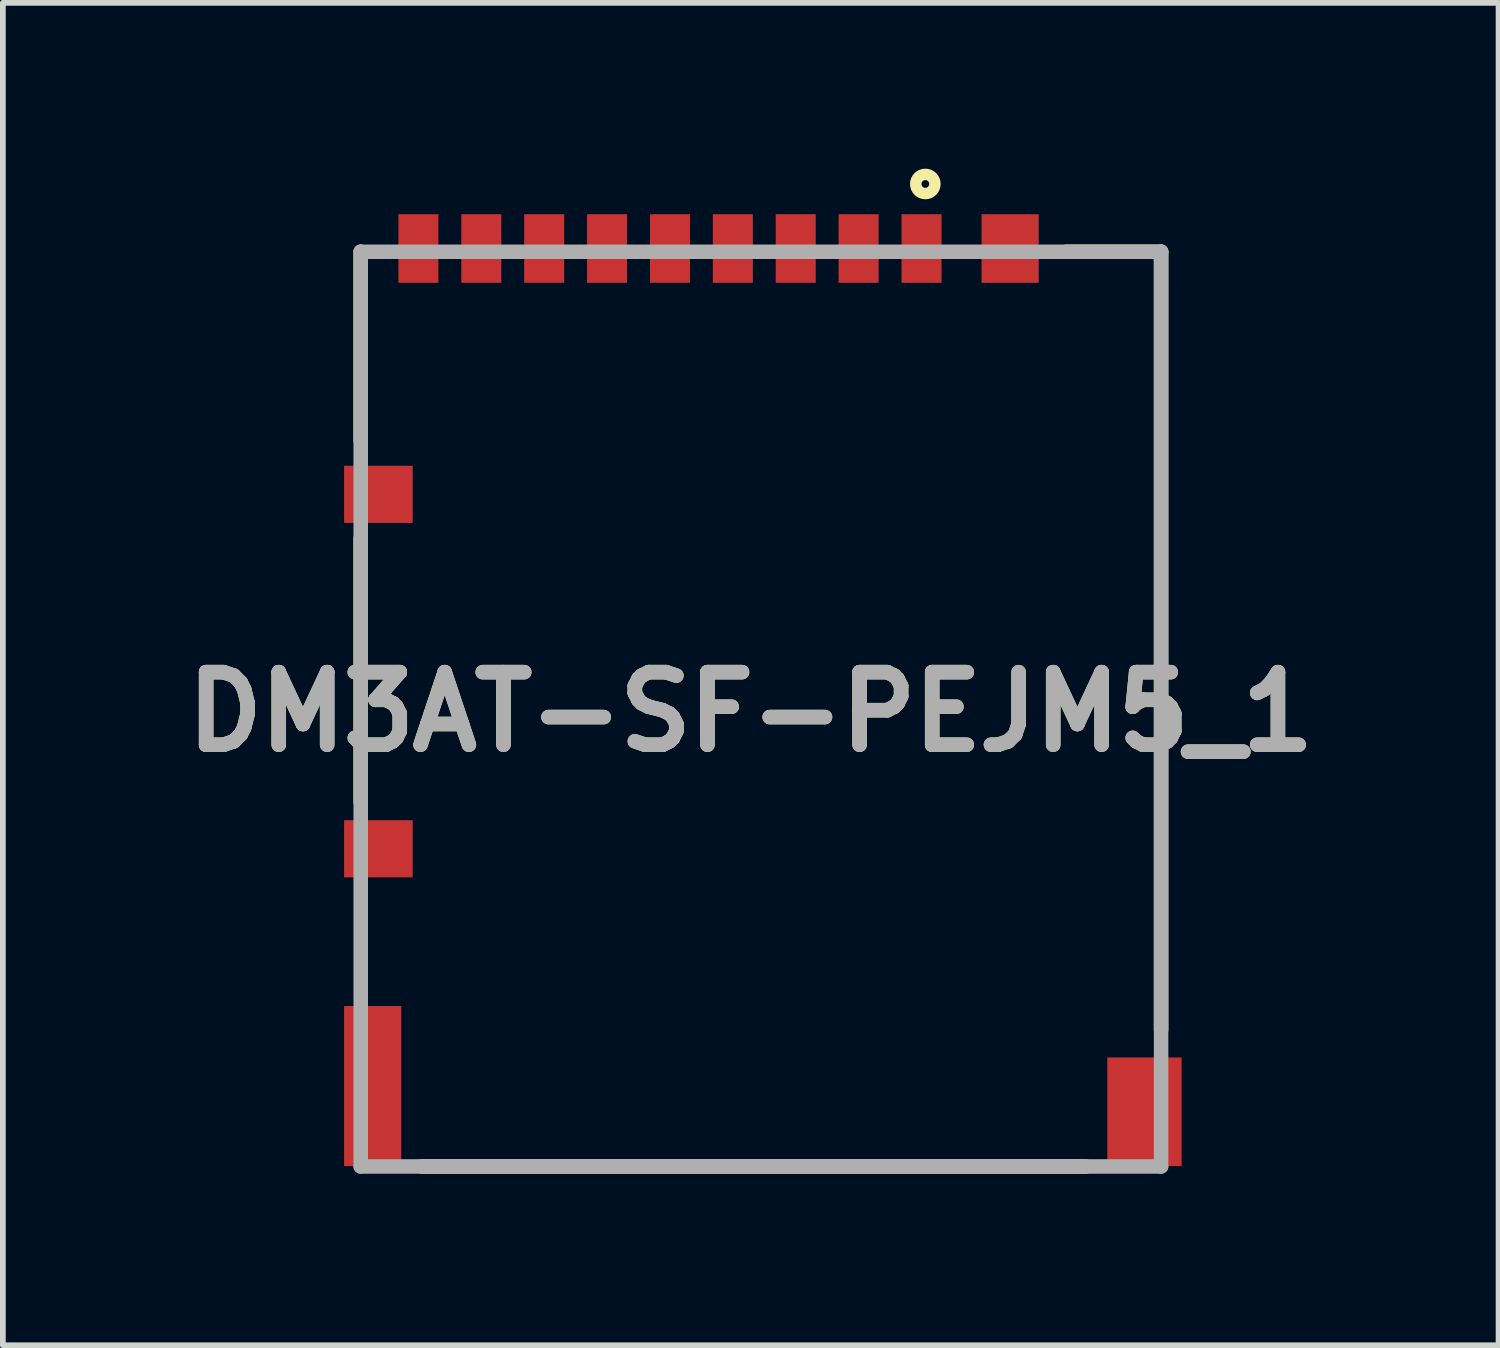
<source format=kicad_pcb>
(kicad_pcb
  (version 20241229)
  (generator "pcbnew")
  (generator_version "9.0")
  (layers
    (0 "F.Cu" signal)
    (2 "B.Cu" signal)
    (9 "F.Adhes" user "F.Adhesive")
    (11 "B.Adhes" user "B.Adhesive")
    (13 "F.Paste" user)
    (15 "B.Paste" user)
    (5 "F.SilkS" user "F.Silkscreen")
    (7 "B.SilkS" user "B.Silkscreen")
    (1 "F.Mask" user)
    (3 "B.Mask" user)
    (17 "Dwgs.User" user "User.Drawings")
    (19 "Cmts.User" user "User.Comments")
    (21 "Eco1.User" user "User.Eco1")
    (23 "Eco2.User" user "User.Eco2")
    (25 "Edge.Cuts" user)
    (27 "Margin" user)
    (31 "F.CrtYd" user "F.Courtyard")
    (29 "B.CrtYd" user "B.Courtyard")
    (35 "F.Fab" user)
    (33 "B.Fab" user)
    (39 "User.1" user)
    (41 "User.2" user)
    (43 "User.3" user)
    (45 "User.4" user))
  (footprint "DM3AT-SF-PEJM5_1"
    (layer "F.Cu")
    (at 17.26 1.354)
    (property "Reference" "DM3AT-SF-PEJM5_1" (at -7.179 8.049 0) (layer "F.SilkS") (effects (font (size 1.27 1.27) (thickness 0.254))))
    (attr smd)
    (fp_line (start -14 0) (end -14 3.303) (stroke (width 0.254) (type solid)) (layer "F.SilkS"))
    (fp_line (start -14 5.012) (end -14 9.625) (stroke (width 0.254) (type solid)) (layer "F.SilkS"))
    (fp_line (start -12.934 16) (end -1.316 16) (stroke (width 0.254) (type solid)) (layer "F.SilkS"))
    (fp_line (start 0 0) (end -1.657 0) (stroke (width 0.254) (type solid)) (layer "F.SilkS"))
    (fp_line (start 0 0) (end 0 13.611) (stroke (width 0.254) (type solid)) (layer "F.SilkS"))
    (fp_circle (center -4.124 -1.186) (end -4.124 -1.118) (stroke (width 0.2) (type solid)) (fill no) (layer "F.SilkS"))
    (fp_line (start -14 0) (end 0 0) (stroke (width 0.254) (type solid)) (layer "F.Fab"))
    (fp_line (start -14 16) (end -14 0) (stroke (width 0.254) (type solid)) (layer "F.Fab"))
    (fp_line (start 0 0) (end 0 16) (stroke (width 0.254) (type solid)) (layer "F.Fab"))
    (fp_line (start 0 16) (end -14 16) (stroke (width 0.254) (type solid)) (layer "F.Fab"))
    (fp_text user "${REFERENCE}" (at -7.179 8.049 0) (layer "F.Fab") (effects (font (size 1.27 1.27) (thickness 0.254))))
    (pad "1" smd rect (at -4.191 -0.057) (size 0.7 1.2) (layers "F.Cu" "F.Mask" "F.Paste"))
    (pad "2" smd rect (at -5.291 -0.057) (size 0.7 1.2) (layers "F.Cu" "F.Mask" "F.Paste"))
    (pad "3" smd rect (at -6.391 -0.057) (size 0.7 1.2) (layers "F.Cu" "F.Mask" "F.Paste"))
    (pad "4" smd rect (at -7.491 -0.057) (size 0.7 1.2) (layers "F.Cu" "F.Mask" "F.Paste"))
    (pad "5" smd rect (at -8.591 -0.057) (size 0.7 1.2) (layers "F.Cu" "F.Mask" "F.Paste"))
    (pad "6" smd rect (at -9.691 -0.057) (size 0.7 1.2) (layers "F.Cu" "F.Mask" "F.Paste"))
    (pad "7" smd rect (at -10.791 -0.057) (size 0.7 1.2) (layers "F.Cu" "F.Mask" "F.Paste"))
    (pad "8" smd rect (at -11.891 -0.057) (size 0.7 1.2) (layers "F.Cu" "F.Mask" "F.Paste"))
    (pad "9" smd rect (at -13.691 10.443 90) (size 1 1.2) (layers "F.Cu" "F.Mask" "F.Paste"))
    (pad "10" smd rect (at -12.991 -0.057) (size 0.7 1.2) (layers "F.Cu" "F.Mask" "F.Paste"))
    (pad "11" smd rect (at -2.641 -0.057) (size 1 1.2) (layers "F.Cu" "F.Mask" "F.Paste"))
    (pad "12" smd rect (at -13.691 4.243 90) (size 1 1.2) (layers "F.Cu" "F.Mask" "F.Paste"))
    (pad "13" smd rect (at -13.791 14.593) (size 1 2.8) (layers "F.Cu" "F.Mask" "F.Paste"))
    (pad "14" smd rect (at -0.291 15.043) (size 1.3 1.9) (layers "F.Cu" "F.Mask" "F.Paste")))
  (gr_rect
    (start -3 -3)
    (end 23.163 20.481)
    (stroke (width 0.1) (type default))
    (fill no)
    (layer "Edge.Cuts")))
</source>
